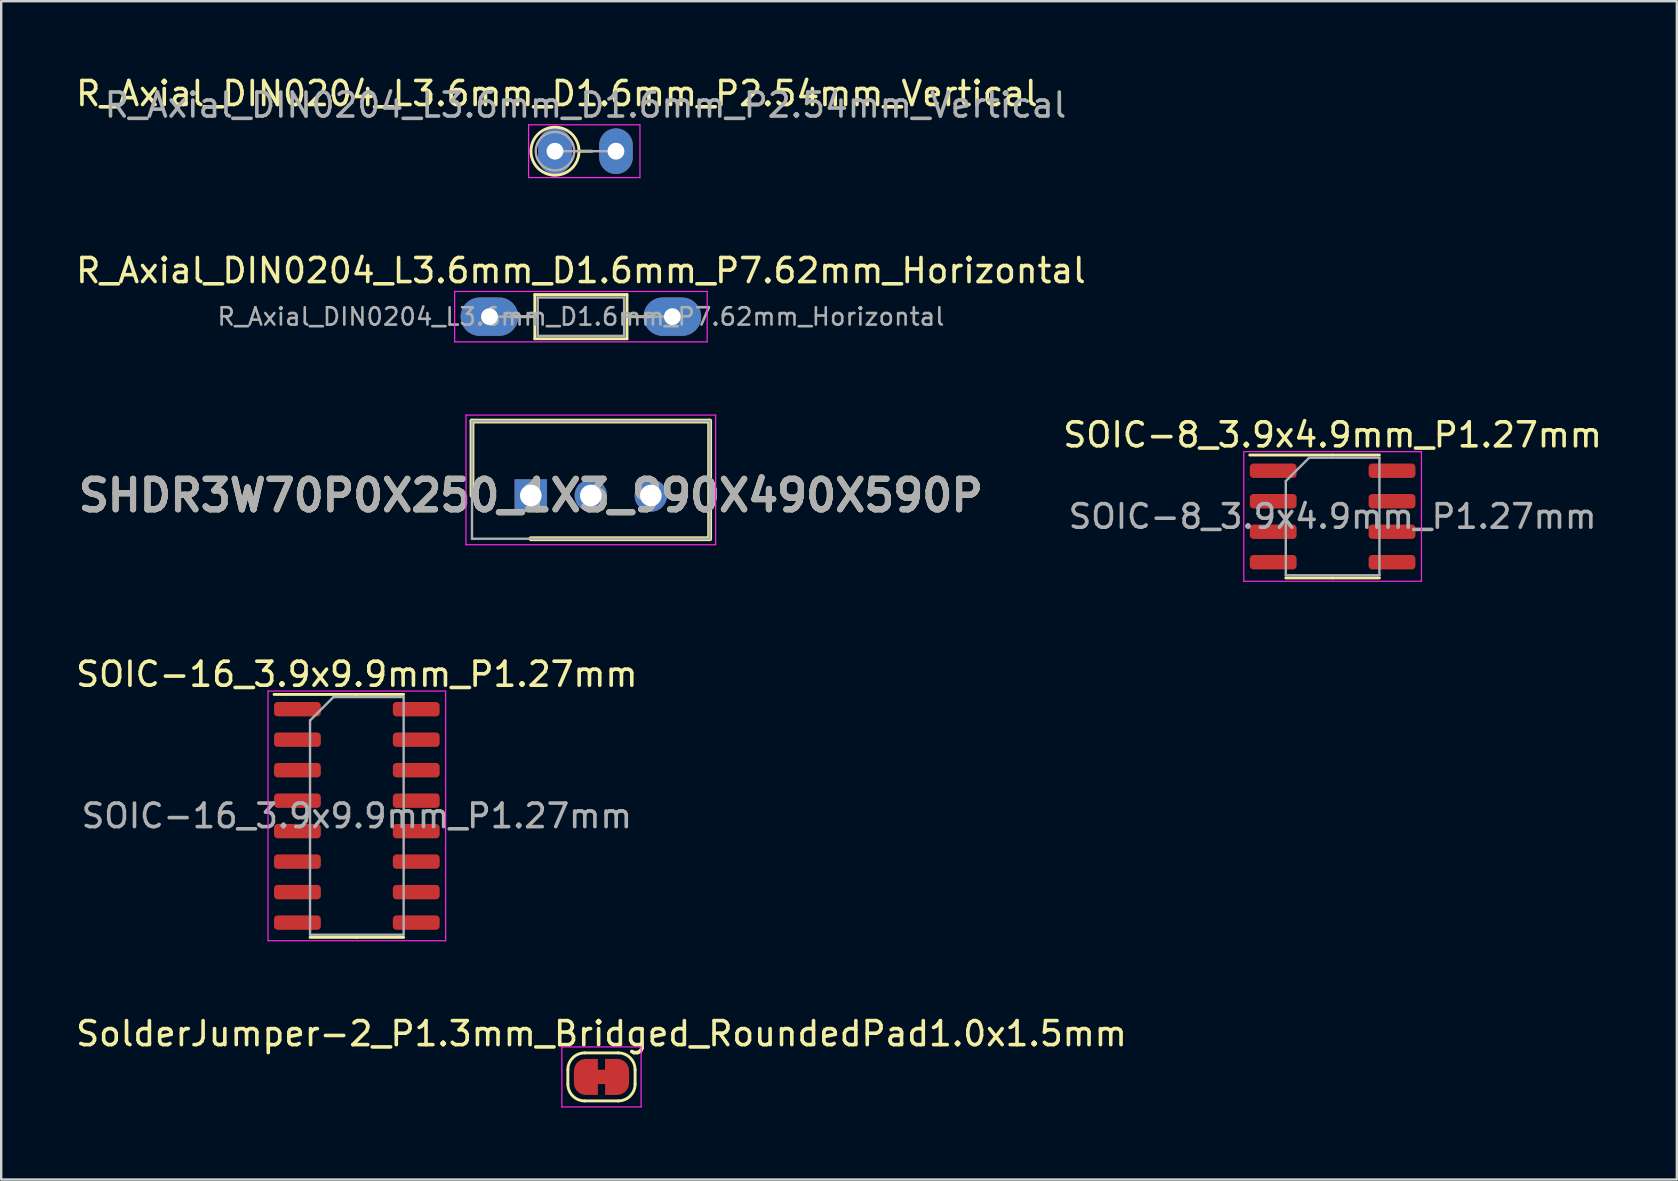
<source format=kicad_pcb>
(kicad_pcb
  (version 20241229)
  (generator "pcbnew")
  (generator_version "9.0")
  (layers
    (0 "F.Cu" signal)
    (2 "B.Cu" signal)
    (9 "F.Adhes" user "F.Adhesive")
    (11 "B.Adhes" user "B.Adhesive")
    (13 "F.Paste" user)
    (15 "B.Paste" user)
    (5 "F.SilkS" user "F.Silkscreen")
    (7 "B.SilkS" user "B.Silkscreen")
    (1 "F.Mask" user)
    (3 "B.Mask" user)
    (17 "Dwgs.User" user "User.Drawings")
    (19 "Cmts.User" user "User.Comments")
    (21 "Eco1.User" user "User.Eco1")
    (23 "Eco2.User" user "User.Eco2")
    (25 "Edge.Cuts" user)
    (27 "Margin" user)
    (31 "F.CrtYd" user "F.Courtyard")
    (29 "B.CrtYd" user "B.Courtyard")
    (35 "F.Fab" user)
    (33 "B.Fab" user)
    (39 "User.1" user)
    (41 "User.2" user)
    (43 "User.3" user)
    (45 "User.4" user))
  (footprint "SOIC-8_3.9x4.9mm_P1.27mm"
    (layer "F.Cu")
    (at 52.463 18.465)
    (property "Reference" "SOIC-8_3.9x4.9mm_P1.27mm" (at 0 -3.4 0) (layer "F.SilkS") (effects (font (size 1 1) (thickness 0.15))))
    (attr smd)
    (fp_line (start 0 -2.56) (end -3.45 -2.56) (stroke (width 0.12) (type solid)) (layer "F.SilkS"))
    (fp_line (start 0 -2.56) (end 1.95 -2.56) (stroke (width 0.12) (type solid)) (layer "F.SilkS"))
    (fp_line (start 0 2.56) (end -1.95 2.56) (stroke (width 0.12) (type solid)) (layer "F.SilkS"))
    (fp_line (start 0 2.56) (end 1.95 2.56) (stroke (width 0.12) (type solid)) (layer "F.SilkS"))
    (fp_line (start -3.7 -2.7) (end -3.7 2.7) (stroke (width 0.05) (type solid)) (layer "F.CrtYd"))
    (fp_line (start -3.7 2.7) (end 3.7 2.7) (stroke (width 0.05) (type solid)) (layer "F.CrtYd"))
    (fp_line (start 3.7 -2.7) (end -3.7 -2.7) (stroke (width 0.05) (type solid)) (layer "F.CrtYd"))
    (fp_line (start 3.7 2.7) (end 3.7 -2.7) (stroke (width 0.05) (type solid)) (layer "F.CrtYd"))
    (fp_line (start -1.95 -1.475) (end -0.975 -2.45) (stroke (width 0.1) (type solid)) (layer "F.Fab"))
    (fp_line (start -1.95 2.45) (end -1.95 -1.475) (stroke (width 0.1) (type solid)) (layer "F.Fab"))
    (fp_line (start -0.975 -2.45) (end 1.95 -2.45) (stroke (width 0.1) (type solid)) (layer "F.Fab"))
    (fp_line (start 1.95 -2.45) (end 1.95 2.45) (stroke (width 0.1) (type solid)) (layer "F.Fab"))
    (fp_line (start 1.95 2.45) (end -1.95 2.45) (stroke (width 0.1) (type solid)) (layer "F.Fab"))
    (fp_text user "${REFERENCE}" (at 0 0 0) (layer "F.Fab") (effects (font (size 0.98 0.98) (thickness 0.15))))
    (pad "1" smd roundrect (at -2.475 -1.905) (size 1.95 0.6) (layers "F.Cu" "F.Mask" "F.Paste") (roundrect_rratio 0.25))
    (pad "2" smd roundrect (at -2.475 -0.635) (size 1.95 0.6) (layers "F.Cu" "F.Mask" "F.Paste") (roundrect_rratio 0.25))
    (pad "3" smd roundrect (at -2.475 0.635) (size 1.95 0.6) (layers "F.Cu" "F.Mask" "F.Paste") (roundrect_rratio 0.25))
    (pad "4" smd roundrect (at -2.475 1.905) (size 1.95 0.6) (layers "F.Cu" "F.Mask" "F.Paste") (roundrect_rratio 0.25))
    (pad "5" smd roundrect (at 2.475 1.905) (size 1.95 0.6) (layers "F.Cu" "F.Mask" "F.Paste") (roundrect_rratio 0.25))
    (pad "6" smd roundrect (at 2.475 0.635) (size 1.95 0.6) (layers "F.Cu" "F.Mask" "F.Paste") (roundrect_rratio 0.25))
    (pad "7" smd roundrect (at 2.475 -0.635) (size 1.95 0.6) (layers "F.Cu" "F.Mask" "F.Paste") (roundrect_rratio 0.25))
    (pad "8" smd roundrect (at 2.475 -1.905) (size 1.95 0.6) (layers "F.Cu" "F.Mask" "F.Paste") (roundrect_rratio 0.25)))
  (footprint "SHDR3W70P0X250_1X3_990X490X590P"
    (layer "F.Cu")
    (at 19.062 17.591)
    (property "Reference" "SHDR3W70P0X250_1X3_990X490X590P" (at 0 0 0) (layer "F.SilkS") (effects (font (size 1.27 1.27) (thickness 0.254))))
    (attr through_hole)
    (fp_line (start -2.45 -3.1) (end -2.45 0) (stroke (width 0.2) (type solid)) (layer "F.SilkS"))
    (fp_line (start 0 1.8) (end 7.45 1.8) (stroke (width 0.2) (type solid)) (layer "F.SilkS"))
    (fp_line (start 7.45 -3.1) (end -2.45 -3.1) (stroke (width 0.2) (type solid)) (layer "F.SilkS"))
    (fp_line (start 7.45 1.8) (end 7.45 -3.1) (stroke (width 0.2) (type solid)) (layer "F.SilkS"))
    (fp_line (start -2.7 -3.35) (end 7.7 -3.35) (stroke (width 0.05) (type solid)) (layer "F.CrtYd"))
    (fp_line (start -2.7 2.05) (end -2.7 -3.35) (stroke (width 0.05) (type solid)) (layer "F.CrtYd"))
    (fp_line (start 7.7 -3.35) (end 7.7 2.05) (stroke (width 0.05) (type solid)) (layer "F.CrtYd"))
    (fp_line (start 7.7 2.05) (end -2.7 2.05) (stroke (width 0.05) (type solid)) (layer "F.CrtYd"))
    (fp_line (start -2.45 -3.1) (end 7.45 -3.1) (stroke (width 0.1) (type solid)) (layer "F.Fab"))
    (fp_line (start -2.45 1.8) (end -2.45 -3.1) (stroke (width 0.1) (type solid)) (layer "F.Fab"))
    (fp_line (start 7.45 -3.1) (end 7.45 1.8) (stroke (width 0.1) (type solid)) (layer "F.Fab"))
    (fp_line (start 7.45 1.8) (end -2.45 1.8) (stroke (width 0.1) (type solid)) (layer "F.Fab"))
    (fp_text user "${REFERENCE}" (at 0 0 0) (layer "F.Fab") (effects (font (size 1.27 1.27) (thickness 0.254))))
    (pad "1" thru_hole rect (at 0 0) (size 1.35 1.35) (drill 0.9) (layers "*.Cu" "*.Mask"))
    (pad "2" thru_hole circle (at 2.5 0) (size 1.35 1.35) (drill 0.9) (layers "*.Cu" "*.Mask"))
    (pad "3" thru_hole circle (at 5 0) (size 1.35 1.35) (drill 0.9) (layers "*.Cu" "*.Mask")))
  (footprint "SOIC-16_3.9x9.9mm_P1.27mm"
    (layer "F.Cu")
    (at 11.815 30.938)
    (property "Reference" "SOIC-16_3.9x9.9mm_P1.27mm" (at 0 -5.9 180) (layer "F.SilkS") (effects (font (size 1 1) (thickness 0.15))))
    (attr smd)
    (fp_line (start 0 -5.06) (end -3.45 -5.06) (stroke (width 0.12) (type solid)) (layer "F.SilkS"))
    (fp_line (start 0 -5.06) (end 1.95 -5.06) (stroke (width 0.12) (type solid)) (layer "F.SilkS"))
    (fp_line (start 0 5.06) (end -1.95 5.06) (stroke (width 0.12) (type solid)) (layer "F.SilkS"))
    (fp_line (start 0 5.06) (end 1.95 5.06) (stroke (width 0.12) (type solid)) (layer "F.SilkS"))
    (fp_line (start -3.7 -5.2) (end -3.7 5.2) (stroke (width 0.05) (type solid)) (layer "F.CrtYd"))
    (fp_line (start -3.7 5.2) (end 3.7 5.2) (stroke (width 0.05) (type solid)) (layer "F.CrtYd"))
    (fp_line (start 3.7 -5.2) (end -3.7 -5.2) (stroke (width 0.05) (type solid)) (layer "F.CrtYd"))
    (fp_line (start 3.7 5.2) (end 3.7 -5.2) (stroke (width 0.05) (type solid)) (layer "F.CrtYd"))
    (fp_line (start -1.95 -3.975) (end -0.975 -4.95) (stroke (width 0.1) (type solid)) (layer "F.Fab"))
    (fp_line (start -1.95 4.95) (end -1.95 -3.975) (stroke (width 0.1) (type solid)) (layer "F.Fab"))
    (fp_line (start -0.975 -4.95) (end 1.95 -4.95) (stroke (width 0.1) (type solid)) (layer "F.Fab"))
    (fp_line (start 1.95 -4.95) (end 1.95 4.95) (stroke (width 0.1) (type solid)) (layer "F.Fab"))
    (fp_line (start 1.95 4.95) (end -1.95 4.95) (stroke (width 0.1) (type solid)) (layer "F.Fab"))
    (fp_text user "${REFERENCE}" (at 0 0 180) (layer "F.Fab") (effects (font (size 0.98 0.98) (thickness 0.15))))
    (pad "1" smd roundrect (at -2.475 -4.445) (size 1.95 0.6) (layers "F.Cu" "F.Mask" "F.Paste") (roundrect_rratio 0.25))
    (pad "2" smd roundrect (at -2.475 -3.175) (size 1.95 0.6) (layers "F.Cu" "F.Mask" "F.Paste") (roundrect_rratio 0.25))
    (pad "3" smd roundrect (at -2.475 -1.905) (size 1.95 0.6) (layers "F.Cu" "F.Mask" "F.Paste") (roundrect_rratio 0.25))
    (pad "4" smd roundrect (at -2.475 -0.635) (size 1.95 0.6) (layers "F.Cu" "F.Mask" "F.Paste") (roundrect_rratio 0.25))
    (pad "5" smd roundrect (at -2.475 0.635) (size 1.95 0.6) (layers "F.Cu" "F.Mask" "F.Paste") (roundrect_rratio 0.25))
    (pad "6" smd roundrect (at -2.475 1.905) (size 1.95 0.6) (layers "F.Cu" "F.Mask" "F.Paste") (roundrect_rratio 0.25))
    (pad "7" smd roundrect (at -2.475 3.175) (size 1.95 0.6) (layers "F.Cu" "F.Mask" "F.Paste") (roundrect_rratio 0.25))
    (pad "8" smd roundrect (at -2.475 4.445) (size 1.95 0.6) (layers "F.Cu" "F.Mask" "F.Paste") (roundrect_rratio 0.25))
    (pad "9" smd roundrect (at 2.475 4.445) (size 1.95 0.6) (layers "F.Cu" "F.Mask" "F.Paste") (roundrect_rratio 0.25))
    (pad "10" smd roundrect (at 2.475 3.175) (size 1.95 0.6) (layers "F.Cu" "F.Mask" "F.Paste") (roundrect_rratio 0.25))
    (pad "11" smd roundrect (at 2.475 1.905) (size 1.95 0.6) (layers "F.Cu" "F.Mask" "F.Paste") (roundrect_rratio 0.25))
    (pad "12" smd roundrect (at 2.475 0.635) (size 1.95 0.6) (layers "F.Cu" "F.Mask" "F.Paste") (roundrect_rratio 0.25))
    (pad "13" smd roundrect (at 2.475 -0.635) (size 1.95 0.6) (layers "F.Cu" "F.Mask" "F.Paste") (roundrect_rratio 0.25))
    (pad "14" smd roundrect (at 2.475 -1.905) (size 1.95 0.6) (layers "F.Cu" "F.Mask" "F.Paste") (roundrect_rratio 0.25))
    (pad "15" smd roundrect (at 2.475 -3.175) (size 1.95 0.6) (layers "F.Cu" "F.Mask" "F.Paste") (roundrect_rratio 0.25))
    (pad "16" smd roundrect (at 2.475 -4.445) (size 1.95 0.6) (layers "F.Cu" "F.Mask" "F.Paste") (roundrect_rratio 0.25)))
  (footprint "R_Axial_DIN0204_L3.6mm_D1.6mm_P7.62mm_Horizontal"
    (layer "F.Cu")
    (at 17.339 10.142)
    (property "Reference" "R_Axial_DIN0204_L3.6mm_D1.6mm_P7.62mm_Horizontal" (at 3.81 -1.92 0) (layer "F.SilkS") (effects (font (size 1 1) (thickness 0.15))))
    (attr through_hole)
    (fp_line (start 0.94 0) (end 1.89 0) (stroke (width 0.12) (type solid)) (layer "F.SilkS"))
    (fp_line (start 1.89 -0.92) (end 1.89 0.92) (stroke (width 0.12) (type solid)) (layer "F.SilkS"))
    (fp_line (start 1.89 0.92) (end 5.73 0.92) (stroke (width 0.12) (type solid)) (layer "F.SilkS"))
    (fp_line (start 5.73 -0.92) (end 1.89 -0.92) (stroke (width 0.12) (type solid)) (layer "F.SilkS"))
    (fp_line (start 5.73 0.92) (end 5.73 -0.92) (stroke (width 0.12) (type solid)) (layer "F.SilkS"))
    (fp_line (start 6.68 0) (end 5.73 0) (stroke (width 0.12) (type solid)) (layer "F.SilkS"))
    (fp_line (start -1.45 -1.05) (end -1.45 1.05) (stroke (width 0.05) (type solid)) (layer "F.CrtYd"))
    (fp_line (start -1.45 1.05) (end 9.07 1.05) (stroke (width 0.05) (type solid)) (layer "F.CrtYd"))
    (fp_line (start 9.07 -1.05) (end -1.45 -1.05) (stroke (width 0.05) (type solid)) (layer "F.CrtYd"))
    (fp_line (start 9.07 1.05) (end 9.07 -1.05) (stroke (width 0.05) (type solid)) (layer "F.CrtYd"))
    (fp_line (start 0 0) (end 2.01 0) (stroke (width 0.1) (type solid)) (layer "F.Fab"))
    (fp_line (start 2.01 -0.8) (end 2.01 0.8) (stroke (width 0.1) (type solid)) (layer "F.Fab"))
    (fp_line (start 2.01 0.8) (end 5.61 0.8) (stroke (width 0.1) (type solid)) (layer "F.Fab"))
    (fp_line (start 5.61 -0.8) (end 2.01 -0.8) (stroke (width 0.1) (type solid)) (layer "F.Fab"))
    (fp_line (start 5.61 0.8) (end 5.61 -0.8) (stroke (width 0.1) (type solid)) (layer "F.Fab"))
    (fp_line (start 7.62 0) (end 5.61 0) (stroke (width 0.1) (type solid)) (layer "F.Fab"))
    (fp_text user "${REFERENCE}" (at 3.81 0 0) (layer "F.Fab") (effects (font (size 0.72 0.72) (thickness 0.108))))
    (pad "1" thru_hole oval (at 0 0) (size 2.4 1.6) (drill 0.7) (layers "*.Cu" "*.Mask"))
    (pad "2" thru_hole oval (at 7.62 0) (size 2.4 1.6) (drill 0.7) (layers "*.Cu" "*.Mask")))
  (footprint "R_Axial_DIN0204_L3.6mm_D1.6mm_P2.54mm_Vertical"
    (layer "F.Cu")
    (at 20.069 3.248)
    (property "Reference" "R_Axial_DIN0204_L3.6mm_D1.6mm_P2.54mm_Vertical" (at 0.08 -2.4 0) (layer "F.SilkS") (effects (font (size 1 1) (thickness 0.15))))
    (attr through_hole)
    (fp_line (start 1 0) (end 1.54 0) (stroke (width 0.12) (type solid)) (layer "F.SilkS"))
    (fp_circle (center 0 0) (end 1 0) (stroke (width 0.12) (type solid)) (fill no) (layer "F.SilkS"))
    (fp_line (start -1.1 -1.1) (end -1.1 1.1) (stroke (width 0.05) (type solid)) (layer "F.CrtYd"))
    (fp_line (start -1.1 1.1) (end 3.54 1.1) (stroke (width 0.05) (type solid)) (layer "F.CrtYd"))
    (fp_line (start 3.54 -1.1) (end -1.1 -1.1) (stroke (width 0.05) (type solid)) (layer "F.CrtYd"))
    (fp_line (start 3.54 1.1) (end 3.54 -1.1) (stroke (width 0.05) (type solid)) (layer "F.CrtYd"))
    (fp_line (start 0 0) (end 2.54 0) (stroke (width 0.1) (type solid)) (layer "F.Fab"))
    (fp_circle (center 0 0) (end 0.8 0) (stroke (width 0.1) (type solid)) (fill no) (layer "F.Fab"))
    (fp_text user "${REFERENCE}" (at 1.27 -1.92 180) (layer "F.Fab") (effects (font (size 1 1) (thickness 0.15))))
    (pad "1" thru_hole oval (at 0 0) (size 1.4 1.9) (drill 0.7) (layers "*.Cu" "*.Mask"))
    (pad "2" thru_hole oval (at 2.54 0) (size 1.4 1.9) (drill 0.7) (layers "*.Cu" "*.Mask")))
  (footprint "SolderJumper-2_P1.3mm_Bridged_RoundedPad1.0x1.5mm"
    (layer "F.Cu")
    (at 22.006 41.811)
    (property "Reference" "SolderJumper-2_P1.3mm_Bridged_RoundedPad1.0x1.5mm" (at 0 -1.8 180) (layer "F.SilkS") (effects (font (size 1 1) (thickness 0.15))))
    (attr exclude_from_pos_files)
    (fp_poly (pts (xy 0.25 -0.3) (xy -0.25 -0.3) (xy -0.25 0.3) (xy 0.25 0.3)) (stroke (width 0) (type solid)) (fill yes) (layer "F.Cu"))
    (fp_line (start -1.4 0.3) (end -1.4 -0.3) (stroke (width 0.12) (type solid)) (layer "F.SilkS"))
    (fp_line (start -0.7 -1) (end 0.7 -1) (stroke (width 0.12) (type solid)) (layer "F.SilkS"))
    (fp_line (start 0.7 1) (end -0.7 1) (stroke (width 0.12) (type solid)) (layer "F.SilkS"))
    (fp_line (start 1.4 -0.3) (end 1.4 0.3) (stroke (width 0.12) (type solid)) (layer "F.SilkS"))
    (fp_arc (start -1.4 -0.3) (mid -1.194975 -0.794975) (end -0.7 -1) (stroke (width 0.12) (type solid)) (layer "F.SilkS"))
    (fp_arc (start -0.7 1) (mid -1.194975 0.794975) (end -1.4 0.3) (stroke (width 0.12) (type solid)) (layer "F.SilkS"))
    (fp_arc (start 0.7 -1) (mid 1.194975 -0.794975) (end 1.4 -0.3) (stroke (width 0.12) (type solid)) (layer "F.SilkS"))
    (fp_arc (start 1.4 0.3) (mid 1.194975 0.794975) (end 0.7 1) (stroke (width 0.12) (type solid)) (layer "F.SilkS"))
    (fp_line (start -1.65 -1.25) (end -1.65 1.25) (stroke (width 0.05) (type solid)) (layer "F.CrtYd"))
    (fp_line (start -1.65 -1.25) (end 1.65 -1.25) (stroke (width 0.05) (type solid)) (layer "F.CrtYd"))
    (fp_line (start 1.65 1.25) (end -1.65 1.25) (stroke (width 0.05) (type solid)) (layer "F.CrtYd"))
    (fp_line (start 1.65 1.25) (end 1.65 -1.25) (stroke (width 0.05) (type solid)) (layer "F.CrtYd"))
    (pad "1" smd custom (at -0.65 0) (size 1 0.5) (layers "F.Cu" "F.Mask") (options (anchor rect)) (primitives (gr_circle (center 0 0.25) (end 0.5 0.25) (width 0) (fill yes)) (gr_circle (center 0 -0.25) (end 0.5 -0.25) (width 0) (fill yes)) (gr_poly (pts (xy 0.5 0.75) (xy 0 0.75) (xy 0 -0.75) (xy 0.5 -0.75)) (width 0) (fill yes))))
    (pad "2" smd custom (at 0.65 0) (size 1 0.5) (layers "F.Cu" "F.Mask") (options (anchor rect)) (primitives (gr_circle (center 0 0.25) (end 0.5 0.25) (width 0) (fill yes)) (gr_circle (center 0 -0.25) (end 0.5 -0.25) (width 0) (fill yes)) (gr_poly (pts (xy 0 0.75) (xy -0.5 0.75) (xy -0.5 -0.75) (xy 0 -0.75)) (width 0) (fill yes)))))
  (gr_rect
    (start -3 -3)
    (end 66.803 46.086)
    (stroke (width 0.1) (type default))
    (fill no)
    (layer "Edge.Cuts")))
</source>
